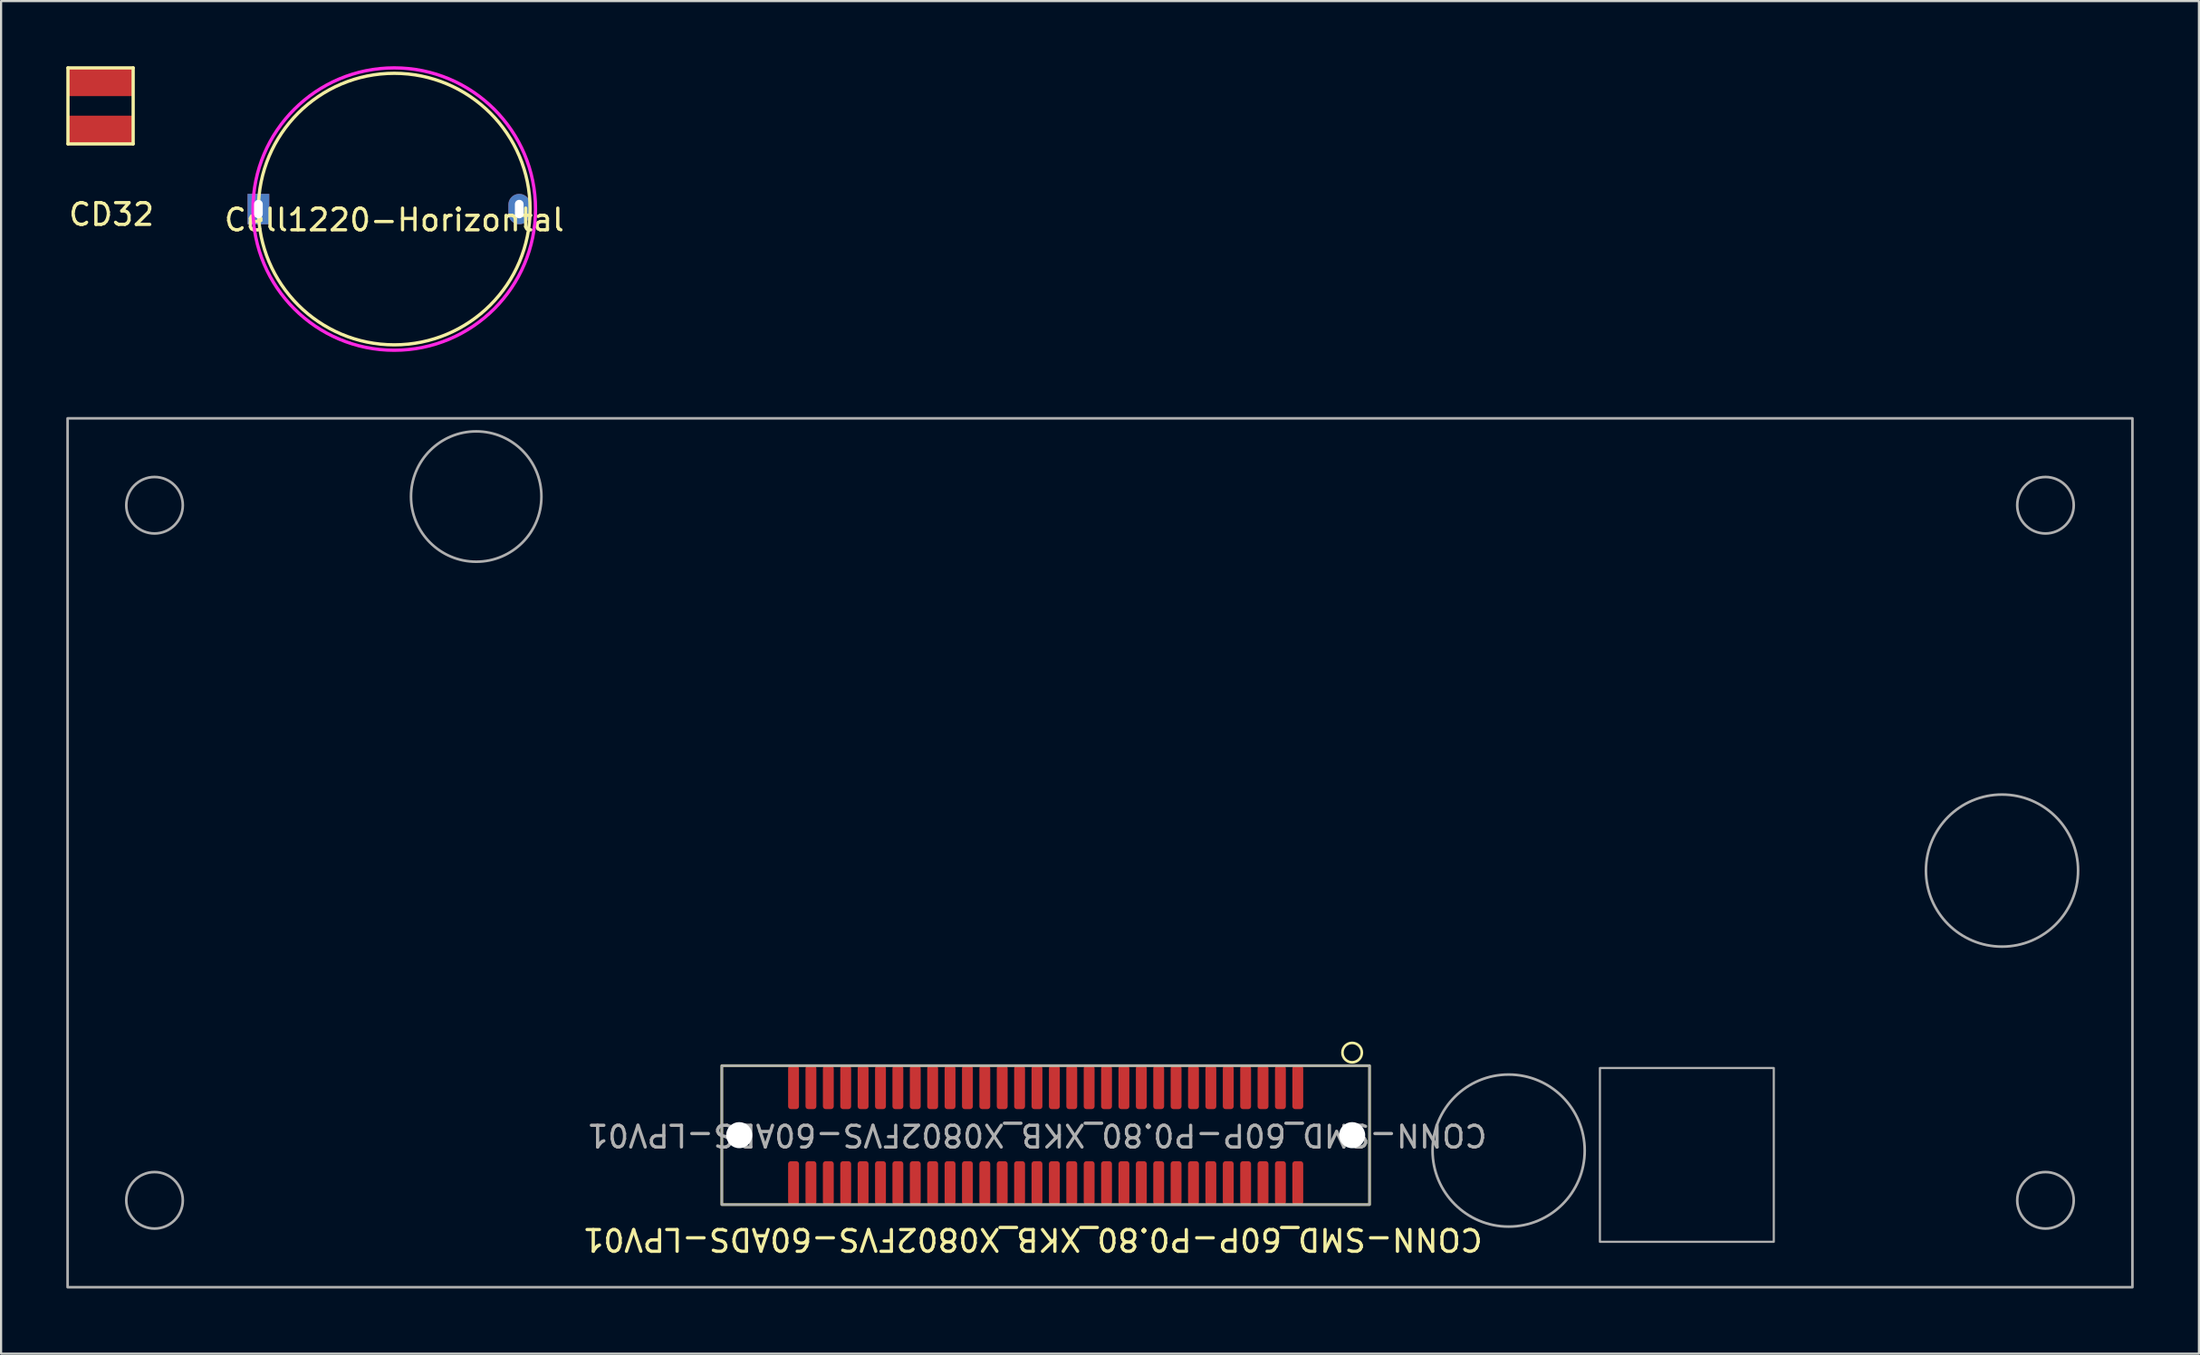
<source format=kicad_pcb>
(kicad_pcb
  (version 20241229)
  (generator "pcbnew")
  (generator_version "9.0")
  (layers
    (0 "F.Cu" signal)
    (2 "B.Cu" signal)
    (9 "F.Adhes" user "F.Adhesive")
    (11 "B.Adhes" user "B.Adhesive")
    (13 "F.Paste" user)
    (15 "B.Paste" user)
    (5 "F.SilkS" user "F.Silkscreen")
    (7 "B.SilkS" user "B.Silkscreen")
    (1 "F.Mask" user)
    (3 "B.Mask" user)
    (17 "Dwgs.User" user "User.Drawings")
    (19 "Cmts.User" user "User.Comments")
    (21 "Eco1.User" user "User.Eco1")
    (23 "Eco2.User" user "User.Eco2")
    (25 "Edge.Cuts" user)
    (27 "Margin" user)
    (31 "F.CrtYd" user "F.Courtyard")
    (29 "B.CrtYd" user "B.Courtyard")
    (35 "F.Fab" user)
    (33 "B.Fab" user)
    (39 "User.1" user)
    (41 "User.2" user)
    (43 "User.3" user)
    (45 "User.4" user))
  (footprint "CD32"
    (layer "F.Cu")
    (at 1.577 1.825)
    (property "Reference" "CD32" (at 0.5 5 0) (layer "F.SilkS") (effects (font (size 1 1) (thickness 0.15))))
    (attr through_hole)
    (fp_line (start -1.5 -1.75) (end 1.5 -1.75) (stroke (width 0.15) (type solid)) (layer "F.SilkS"))
    (fp_line (start -1.5 1.75) (end -1.5 -1.75) (stroke (width 0.15) (type solid)) (layer "F.SilkS"))
    (fp_line (start 1.5 -1.75) (end 1.5 1.75) (stroke (width 0.15) (type solid)) (layer "F.SilkS"))
    (fp_line (start 1.5 1.75) (end -1.5 1.75) (stroke (width 0.15) (type solid)) (layer "F.SilkS"))
    (pad "1" smd rect (at 0 1.1) (size 3 1.3) (layers "F.Cu" "F.Mask" "F.Paste"))
    (pad "2" smd rect (at 0 -1.1) (size 3 1.3) (layers "F.Cu" "F.Mask" "F.Paste")))
  (footprint "Cell1220-Horizontal"
    (layer "F.Cu")
    (at 15.089 6.575)
    (property "Reference" "Cell1220-Horizontal" (at 0 0.5 0) (layer "F.SilkS") (effects (font (size 1 1) (thickness 0.15))))
    (attr through_hole)
    (fp_circle (center 0 0) (end 6.25 0) (stroke (width 0.15) (type solid)) (fill no) (layer "F.SilkS"))
    (fp_circle (center 0 0) (end 6.5 0) (stroke (width 0.15) (type solid)) (fill no) (layer "F.CrtYd"))
    (pad "1" thru_hole rect (at -6.25 0) (size 1 1.4) (drill oval 0.4 0.85) (layers "*.Cu" "*.Mask"))
    (pad "2" thru_hole oval (at 5.75 0) (size 1 1.4) (drill oval 0.4 0.85) (layers "*.Cu" "*.Mask")))
  (footprint "CONN-SMD_60P-P0.80_XKB_X0802FVS-60ADS-LPV01"
    (layer "F.Cu")
    (at 45.06 49.21)
    (property "Reference" "CONN-SMD_60P-P0.80_XKB_X0802FVS-60ADS-LPV01" (at -0.6 4.8 180) (unlocked yes) (layer "F.SilkS") (effects (font (size 1 1) (thickness 0.15))))
    (attr smd)
    (fp_rect (start 14.9 3.2) (end -14.9 -3.2) (stroke (width 0.12) (type solid)) (fill no) (layer "F.SilkS"))
    (fp_circle (center 14.1 -3.8) (end 13.7 -4) (stroke (width 0.12) (type solid)) (fill no) (layer "F.SilkS"))
    (fp_rect (start -45 -33) (end 50 7) (stroke (width 0.12) (type solid)) (fill no) (layer "F.Fab"))
    (fp_rect (start 14.9 3.2) (end -14.9 -3.2) (stroke (width 0.1) (type solid)) (fill no) (layer "F.Fab"))
    (fp_rect (start 25.5 -3.09) (end 33.5 4.91) (stroke (width 0.1) (type solid)) (fill no) (layer "F.Fab"))
    (fp_circle (center -41 -29) (end -39.7 -29) (stroke (width 0.12) (type solid)) (fill no) (layer "F.Fab"))
    (fp_circle (center -41 3) (end -39.7 3) (stroke (width 0.12) (type solid)) (fill no) (layer "F.Fab"))
    (fp_circle (center -26.2 -29.4) (end -23.2 -29.4) (stroke (width 0.12) (type solid)) (fill no) (layer "F.Fab"))
    (fp_circle (center 21.3 0.71) (end 24.8 0.71) (stroke (width 0.12) (type solid)) (fill no) (layer "F.Fab"))
    (fp_circle (center 44 -12.18) (end 47.5 -12.18) (stroke (width 0.12) (type solid)) (fill no) (layer "F.Fab"))
    (fp_circle (center 46 -29) (end 47.3 -29) (stroke (width 0.12) (type solid)) (fill no) (layer "F.Fab"))
    (fp_circle (center 46 3) (end 47.3 3) (stroke (width 0.12) (type solid)) (fill no) (layer "F.Fab"))
    (fp_text user "${REFERENCE}" (at -0.4 0 180) (unlocked yes) (layer "F.Fab") (effects (font (size 1 1) (thickness 0.15))))
    (pad "" np_thru_hole circle (at -14.1 0 180) (size 1.2 1.2) (drill 1.2) (layers "*.Cu" "*.Mask"))
    (pad "" np_thru_hole circle (at 14.1 0 180) (size 1.2 1.2) (drill 1.2) (layers "*.Cu" "*.Mask"))
    (pad "1" smd roundrect (at 11.6 -2.2 180) (size 0.5 2) (layers "F.Cu" "F.Mask" "F.Paste") (roundrect_rratio 0.25))
    (pad "2" smd roundrect (at 11.6 2.2 180) (size 0.5 2) (layers "F.Cu" "F.Mask" "F.Paste") (roundrect_rratio 0.25))
    (pad "3" smd roundrect (at 10.8 -2.2 180) (size 0.5 2) (layers "F.Cu" "F.Mask" "F.Paste") (roundrect_rratio 0.25))
    (pad "4" smd roundrect (at 10.8 2.2 180) (size 0.5 2) (layers "F.Cu" "F.Mask" "F.Paste") (roundrect_rratio 0.25))
    (pad "5" smd roundrect (at 10 -2.2 180) (size 0.5 2) (layers "F.Cu" "F.Mask" "F.Paste") (roundrect_rratio 0.25))
    (pad "6" smd roundrect (at 10 2.2 180) (size 0.5 2) (layers "F.Cu" "F.Mask" "F.Paste") (roundrect_rratio 0.25))
    (pad "7" smd roundrect (at 9.2 -2.2 180) (size 0.5 2) (layers "F.Cu" "F.Mask" "F.Paste") (roundrect_rratio 0.25))
    (pad "8" smd roundrect (at 9.2 2.2 180) (size 0.5 2) (layers "F.Cu" "F.Mask" "F.Paste") (roundrect_rratio 0.25))
    (pad "9" smd roundrect (at 8.4 -2.2 180) (size 0.5 2) (layers "F.Cu" "F.Mask" "F.Paste") (roundrect_rratio 0.25))
    (pad "10" smd roundrect (at 8.4 2.2 180) (size 0.5 2) (layers "F.Cu" "F.Mask" "F.Paste") (roundrect_rratio 0.25))
    (pad "11" smd roundrect (at 7.6 -2.2 180) (size 0.5 2) (layers "F.Cu" "F.Mask" "F.Paste") (roundrect_rratio 0.25))
    (pad "12" smd roundrect (at 7.6 2.2 180) (size 0.5 2) (layers "F.Cu" "F.Mask" "F.Paste") (roundrect_rratio 0.25))
    (pad "13" smd roundrect (at 6.8 -2.2 180) (size 0.5 2) (layers "F.Cu" "F.Mask" "F.Paste") (roundrect_rratio 0.25))
    (pad "14" smd roundrect (at 6.8 2.2 180) (size 0.5 2) (layers "F.Cu" "F.Mask" "F.Paste") (roundrect_rratio 0.25))
    (pad "15" smd roundrect (at 6 -2.2 180) (size 0.5 2) (layers "F.Cu" "F.Mask" "F.Paste") (roundrect_rratio 0.25))
    (pad "16" smd roundrect (at 5.2 2.2 180) (size 0.5 2) (layers "F.Cu" "F.Mask" "F.Paste") (roundrect_rratio 0.25))
    (pad "17" smd roundrect (at 5.2 -2.2 180) (size 0.5 2) (layers "F.Cu" "F.Mask" "F.Paste") (roundrect_rratio 0.25))
    (pad "18" smd roundrect (at 6 2.2 180) (size 0.5 2) (layers "F.Cu" "F.Mask" "F.Paste") (roundrect_rratio 0.25))
    (pad "19" smd roundrect (at 4.4 -2.2 180) (size 0.5 2) (layers "F.Cu" "F.Mask" "F.Paste") (roundrect_rratio 0.25))
    (pad "20" smd roundrect (at 4.4 2.2 180) (size 0.5 2) (layers "F.Cu" "F.Mask" "F.Paste") (roundrect_rratio 0.25))
    (pad "21" smd roundrect (at 3.6 -2.2 180) (size 0.5 2) (layers "F.Cu" "F.Mask" "F.Paste") (roundrect_rratio 0.25))
    (pad "22" smd roundrect (at 3.6 2.2 180) (size 0.5 2) (layers "F.Cu" "F.Mask" "F.Paste") (roundrect_rratio 0.25))
    (pad "23" smd roundrect (at 2.8 -2.2 180) (size 0.5 2) (layers "F.Cu" "F.Mask" "F.Paste") (roundrect_rratio 0.25))
    (pad "24" smd roundrect (at 2.8 2.2 180) (size 0.5 2) (layers "F.Cu" "F.Mask" "F.Paste") (roundrect_rratio 0.25))
    (pad "25" smd roundrect (at 2 -2.2 180) (size 0.5 2) (layers "F.Cu" "F.Mask" "F.Paste") (roundrect_rratio 0.25))
    (pad "26" smd roundrect (at 2 2.2 180) (size 0.5 2) (layers "F.Cu" "F.Mask" "F.Paste") (roundrect_rratio 0.25))
    (pad "27" smd roundrect (at 1.2 -2.2 180) (size 0.5 2) (layers "F.Cu" "F.Mask" "F.Paste") (roundrect_rratio 0.25))
    (pad "28" smd roundrect (at 1.2 2.2 180) (size 0.5 2) (layers "F.Cu" "F.Mask" "F.Paste") (roundrect_rratio 0.25))
    (pad "29" smd roundrect (at 0.4 -2.2 180) (size 0.5 2) (layers "F.Cu" "F.Mask" "F.Paste") (roundrect_rratio 0.25))
    (pad "30" smd roundrect (at 0.4 2.2 180) (size 0.5 2) (layers "F.Cu" "F.Mask" "F.Paste") (roundrect_rratio 0.25))
    (pad "31" smd roundrect (at -0.4 -2.2 180) (size 0.5 2) (layers "F.Cu" "F.Mask" "F.Paste") (roundrect_rratio 0.25))
    (pad "32" smd roundrect (at -0.4 2.2 180) (size 0.5 2) (layers "F.Cu" "F.Mask" "F.Paste") (roundrect_rratio 0.25))
    (pad "33" smd roundrect (at -1.2 -2.2 180) (size 0.5 2) (layers "F.Cu" "F.Mask" "F.Paste") (roundrect_rratio 0.25))
    (pad "34" smd roundrect (at -1.2 2.2 180) (size 0.5 2) (layers "F.Cu" "F.Mask" "F.Paste") (roundrect_rratio 0.25))
    (pad "35" smd roundrect (at -2 -2.2 180) (size 0.5 2) (layers "F.Cu" "F.Mask" "F.Paste") (roundrect_rratio 0.25))
    (pad "36" smd roundrect (at -2 2.2 180) (size 0.5 2) (layers "F.Cu" "F.Mask" "F.Paste") (roundrect_rratio 0.25))
    (pad "37" smd roundrect (at -2.8 -2.2 180) (size 0.5 2) (layers "F.Cu" "F.Mask" "F.Paste") (roundrect_rratio 0.25))
    (pad "38" smd roundrect (at -2.8 2.2 180) (size 0.5 2) (layers "F.Cu" "F.Mask" "F.Paste") (roundrect_rratio 0.25))
    (pad "39" smd roundrect (at -3.6 -2.2 180) (size 0.5 2) (layers "F.Cu" "F.Mask" "F.Paste") (roundrect_rratio 0.25))
    (pad "40" smd roundrect (at -3.6 2.2 180) (size 0.5 2) (layers "F.Cu" "F.Mask" "F.Paste") (roundrect_rratio 0.25))
    (pad "41" smd roundrect (at -4.4 -2.2 180) (size 0.5 2) (layers "F.Cu" "F.Mask" "F.Paste") (roundrect_rratio 0.25))
    (pad "42" smd roundrect (at -4.4 2.2 180) (size 0.5 2) (layers "F.Cu" "F.Mask" "F.Paste") (roundrect_rratio 0.25))
    (pad "43" smd roundrect (at -5.2 -2.2 180) (size 0.5 2) (layers "F.Cu" "F.Mask" "F.Paste") (roundrect_rratio 0.25))
    (pad "44" smd roundrect (at -5.2 2.2 180) (size 0.5 2) (layers "F.Cu" "F.Mask" "F.Paste") (roundrect_rratio 0.25))
    (pad "45" smd roundrect (at -6 -2.2 180) (size 0.5 2) (layers "F.Cu" "F.Mask" "F.Paste") (roundrect_rratio 0.25))
    (pad "46" smd roundrect (at -6 2.2 180) (size 0.5 2) (layers "F.Cu" "F.Mask" "F.Paste") (roundrect_rratio 0.25))
    (pad "47" smd roundrect (at -6.8 -2.2 180) (size 0.5 2) (layers "F.Cu" "F.Mask" "F.Paste") (roundrect_rratio 0.25))
    (pad "48" smd roundrect (at -6.8 2.2 180) (size 0.5 2) (layers "F.Cu" "F.Mask" "F.Paste") (roundrect_rratio 0.25))
    (pad "49" smd roundrect (at -7.6 -2.2 180) (size 0.5 2) (layers "F.Cu" "F.Mask" "F.Paste") (roundrect_rratio 0.25))
    (pad "50" smd roundrect (at -7.6 2.2 180) (size 0.5 2) (layers "F.Cu" "F.Mask" "F.Paste") (roundrect_rratio 0.25))
    (pad "51" smd roundrect (at -8.4 -2.2 180) (size 0.5 2) (layers "F.Cu" "F.Mask" "F.Paste") (roundrect_rratio 0.25))
    (pad "52" smd roundrect (at -8.4 2.2 180) (size 0.5 2) (layers "F.Cu" "F.Mask" "F.Paste") (roundrect_rratio 0.25))
    (pad "53" smd roundrect (at -9.2 -2.2 180) (size 0.5 2) (layers "F.Cu" "F.Mask" "F.Paste") (roundrect_rratio 0.25))
    (pad "54" smd roundrect (at -9.2 2.2 180) (size 0.5 2) (layers "F.Cu" "F.Mask" "F.Paste") (roundrect_rratio 0.25))
    (pad "55" smd roundrect (at -10 -2.2 180) (size 0.5 2) (layers "F.Cu" "F.Mask" "F.Paste") (roundrect_rratio 0.25))
    (pad "56" smd roundrect (at -10 2.2 180) (size 0.5 2) (layers "F.Cu" "F.Mask" "F.Paste") (roundrect_rratio 0.25))
    (pad "57" smd roundrect (at -10.8 -2.2 180) (size 0.5 2) (layers "F.Cu" "F.Mask" "F.Paste") (roundrect_rratio 0.25))
    (pad "58" smd roundrect (at -10.8 2.2 180) (size 0.5 2) (layers "F.Cu" "F.Mask" "F.Paste") (roundrect_rratio 0.25))
    (pad "59" smd roundrect (at -11.6 -2.2 180) (size 0.5 2) (layers "F.Cu" "F.Mask" "F.Paste") (roundrect_rratio 0.25))
    (pad "60" smd roundrect (at -11.6 2.2 180) (size 0.5 2) (layers "F.Cu" "F.Mask" "F.Paste") (roundrect_rratio 0.25)))
  (gr_rect
    (start -3 -3)
    (end 98.12 59.27)
    (stroke (width 0.1) (type default))
    (fill no)
    (layer "Edge.Cuts")))
</source>
